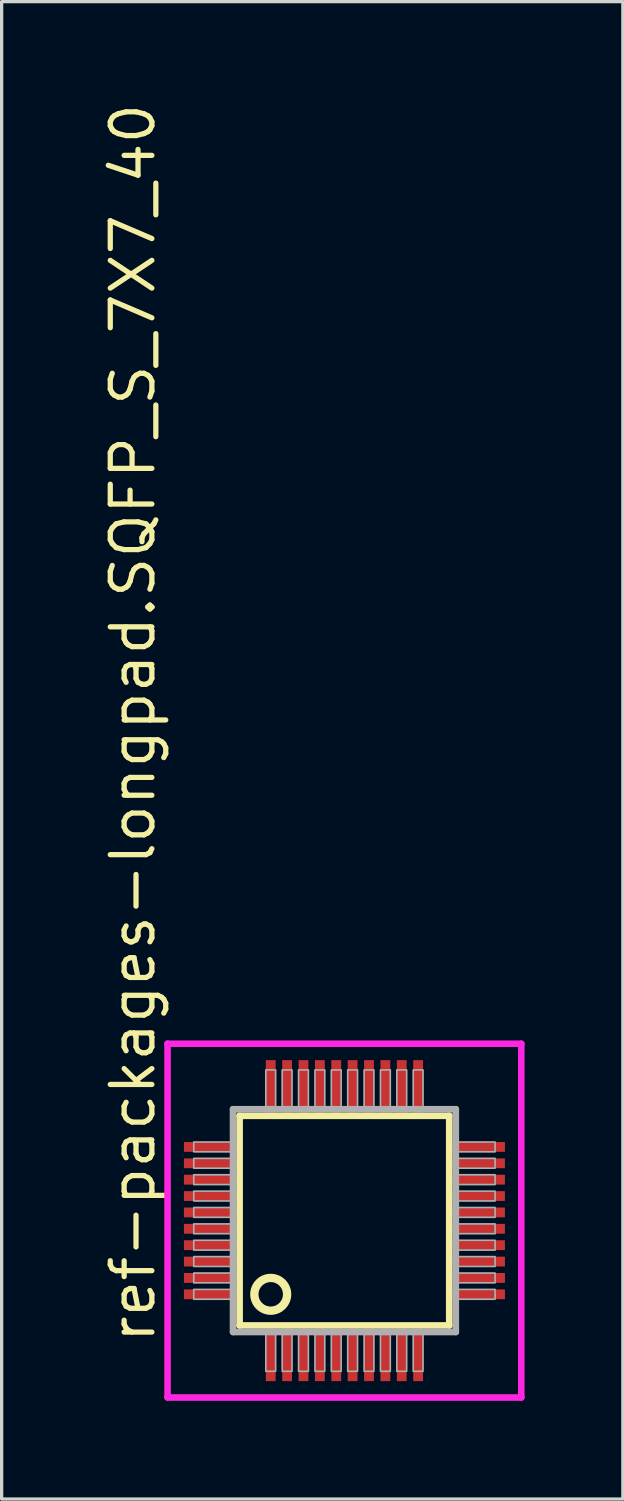
<source format=kicad_pcb>
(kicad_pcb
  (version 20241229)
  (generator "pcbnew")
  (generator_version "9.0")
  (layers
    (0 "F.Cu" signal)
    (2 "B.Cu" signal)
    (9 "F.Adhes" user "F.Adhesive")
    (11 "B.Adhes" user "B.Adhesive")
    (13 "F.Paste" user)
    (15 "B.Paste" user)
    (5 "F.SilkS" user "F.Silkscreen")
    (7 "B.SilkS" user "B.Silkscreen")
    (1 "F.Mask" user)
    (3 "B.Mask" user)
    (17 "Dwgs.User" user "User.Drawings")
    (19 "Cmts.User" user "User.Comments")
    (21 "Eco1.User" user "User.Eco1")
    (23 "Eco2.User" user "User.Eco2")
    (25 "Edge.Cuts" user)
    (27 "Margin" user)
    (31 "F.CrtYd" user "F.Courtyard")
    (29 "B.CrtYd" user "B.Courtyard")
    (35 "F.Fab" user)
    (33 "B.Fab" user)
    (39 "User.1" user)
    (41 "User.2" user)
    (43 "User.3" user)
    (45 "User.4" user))
  (footprint "ref-packages-longpad.SQFP_S_7X7_40"
    (layer "F.Cu")
    (at 7.465 34.214)
    (property "Reference" "ref-packages-longpad.SQFP_S_7X7_40" (at -5.715 3.81 90) (layer "F.SilkS") (effects (font (size 1.27 1.27) (thickness 0.16)) (justify left bottom)))
    (attr smd)
    (fp_line (start -3.2 -3.2) (end 3.2 -3.2) (stroke (width 0.203) (type default)) (layer "F.SilkS"))
    (fp_line (start -3.2 3.2) (end -3.2 -3.2) (stroke (width 0.203) (type default)) (layer "F.SilkS"))
    (fp_line (start 3.2 -3.2) (end 3.2 3.2) (stroke (width 0.203) (type default)) (layer "F.SilkS"))
    (fp_line (start 3.2 3.2) (end -3.2 3.2) (stroke (width 0.203) (type default)) (layer "F.SilkS"))
    (fp_circle (center -2.25 2.25) (end -1.75 2.25) (stroke (width 0.254) (type default)) (fill no) (layer "F.SilkS"))
    (fp_line (start -5.4 -5.4) (end 5.4 -5.4) (stroke (width 0.2) (type default)) (layer "F.CrtYd"))
    (fp_line (start -5.4 5.4) (end -5.4 -5.4) (stroke (width 0.2) (type default)) (layer "F.CrtYd"))
    (fp_line (start 5.4 -5.4) (end 5.4 5.4) (stroke (width 0.2) (type default)) (layer "F.CrtYd"))
    (fp_line (start 5.4 5.4) (end -5.4 5.4) (stroke (width 0.2) (type default)) (layer "F.CrtYd"))
    (fp_line (start -3.4 -3.4) (end -3.4 3.4) (stroke (width 0.203) (type default)) (layer "F.Fab"))
    (fp_line (start -3.4 3.4) (end 3.4 3.4) (stroke (width 0.203) (type default)) (layer "F.Fab"))
    (fp_line (start 3.4 -3.4) (end -3.4 -3.4) (stroke (width 0.203) (type default)) (layer "F.Fab"))
    (fp_line (start 3.4 3.4) (end 3.4 -3.4) (stroke (width 0.203) (type default)) (layer "F.Fab"))
    (fp_rect (start -4.6 -2.1) (end -3.45 -2.4) (stroke (width 0.05) (type default)) (fill no) (layer "F.Fab"))
    (fp_rect (start -4.6 -1.6) (end -3.45 -1.9) (stroke (width 0.05) (type default)) (fill no) (layer "F.Fab"))
    (fp_rect (start -4.6 -1.1) (end -3.45 -1.4) (stroke (width 0.05) (type default)) (fill no) (layer "F.Fab"))
    (fp_rect (start -4.6 -0.6) (end -3.45 -0.9) (stroke (width 0.05) (type default)) (fill no) (layer "F.Fab"))
    (fp_rect (start -4.6 -0.1) (end -3.45 -0.4) (stroke (width 0.05) (type default)) (fill no) (layer "F.Fab"))
    (fp_rect (start -4.6 0.4) (end -3.45 0.1) (stroke (width 0.05) (type default)) (fill no) (layer "F.Fab"))
    (fp_rect (start -4.6 0.9) (end -3.45 0.6) (stroke (width 0.05) (type default)) (fill no) (layer "F.Fab"))
    (fp_rect (start -4.6 1.4) (end -3.45 1.1) (stroke (width 0.05) (type default)) (fill no) (layer "F.Fab"))
    (fp_rect (start -4.6 1.9) (end -3.45 1.6) (stroke (width 0.05) (type default)) (fill no) (layer "F.Fab"))
    (fp_rect (start -4.6 2.4) (end -3.45 2.1) (stroke (width 0.05) (type default)) (fill no) (layer "F.Fab"))
    (fp_rect (start -2.4 -3.45) (end -2.1 -4.6) (stroke (width 0.05) (type default)) (fill no) (layer "F.Fab"))
    (fp_rect (start -2.4 4.6) (end -2.1 3.45) (stroke (width 0.05) (type default)) (fill no) (layer "F.Fab"))
    (fp_rect (start -1.9 -3.45) (end -1.6 -4.6) (stroke (width 0.05) (type default)) (fill no) (layer "F.Fab"))
    (fp_rect (start -1.9 4.6) (end -1.6 3.45) (stroke (width 0.05) (type default)) (fill no) (layer "F.Fab"))
    (fp_rect (start -1.4 -3.45) (end -1.1 -4.6) (stroke (width 0.05) (type default)) (fill no) (layer "F.Fab"))
    (fp_rect (start -1.4 4.6) (end -1.1 3.45) (stroke (width 0.05) (type default)) (fill no) (layer "F.Fab"))
    (fp_rect (start -0.9 -3.45) (end -0.6 -4.6) (stroke (width 0.05) (type default)) (fill no) (layer "F.Fab"))
    (fp_rect (start -0.9 4.6) (end -0.6 3.45) (stroke (width 0.05) (type default)) (fill no) (layer "F.Fab"))
    (fp_rect (start -0.4 -3.45) (end -0.1 -4.6) (stroke (width 0.05) (type default)) (fill no) (layer "F.Fab"))
    (fp_rect (start -0.4 4.6) (end -0.1 3.45) (stroke (width 0.05) (type default)) (fill no) (layer "F.Fab"))
    (fp_rect (start 0.1 -3.45) (end 0.4 -4.6) (stroke (width 0.05) (type default)) (fill no) (layer "F.Fab"))
    (fp_rect (start 0.1 4.6) (end 0.4 3.45) (stroke (width 0.05) (type default)) (fill no) (layer "F.Fab"))
    (fp_rect (start 0.6 -3.45) (end 0.9 -4.6) (stroke (width 0.05) (type default)) (fill no) (layer "F.Fab"))
    (fp_rect (start 0.6 4.6) (end 0.9 3.45) (stroke (width 0.05) (type default)) (fill no) (layer "F.Fab"))
    (fp_rect (start 1.1 -3.45) (end 1.4 -4.6) (stroke (width 0.05) (type default)) (fill no) (layer "F.Fab"))
    (fp_rect (start 1.1 4.6) (end 1.4 3.45) (stroke (width 0.05) (type default)) (fill no) (layer "F.Fab"))
    (fp_rect (start 1.6 -3.45) (end 1.9 -4.6) (stroke (width 0.05) (type default)) (fill no) (layer "F.Fab"))
    (fp_rect (start 1.6 4.6) (end 1.9 3.45) (stroke (width 0.05) (type default)) (fill no) (layer "F.Fab"))
    (fp_rect (start 2.1 -3.45) (end 2.4 -4.6) (stroke (width 0.05) (type default)) (fill no) (layer "F.Fab"))
    (fp_rect (start 2.1 4.6) (end 2.4 3.45) (stroke (width 0.05) (type default)) (fill no) (layer "F.Fab"))
    (fp_rect (start 3.45 -2.1) (end 4.6 -2.4) (stroke (width 0.05) (type default)) (fill no) (layer "F.Fab"))
    (fp_rect (start 3.45 -1.6) (end 4.6 -1.9) (stroke (width 0.05) (type default)) (fill no) (layer "F.Fab"))
    (fp_rect (start 3.45 -1.1) (end 4.6 -1.4) (stroke (width 0.05) (type default)) (fill no) (layer "F.Fab"))
    (fp_rect (start 3.45 -0.6) (end 4.6 -0.9) (stroke (width 0.05) (type default)) (fill no) (layer "F.Fab"))
    (fp_rect (start 3.45 -0.1) (end 4.6 -0.4) (stroke (width 0.05) (type default)) (fill no) (layer "F.Fab"))
    (fp_rect (start 3.45 0.4) (end 4.6 0.1) (stroke (width 0.05) (type default)) (fill no) (layer "F.Fab"))
    (fp_rect (start 3.45 0.9) (end 4.6 0.6) (stroke (width 0.05) (type default)) (fill no) (layer "F.Fab"))
    (fp_rect (start 3.45 1.4) (end 4.6 1.1) (stroke (width 0.05) (type default)) (fill no) (layer "F.Fab"))
    (fp_rect (start 3.45 1.9) (end 4.6 1.6) (stroke (width 0.05) (type default)) (fill no) (layer "F.Fab"))
    (fp_rect (start 3.45 2.4) (end 4.6 2.1) (stroke (width 0.05) (type default)) (fill no) (layer "F.Fab"))
    (pad "1" smd roundrect (at -2.25 4.1) (size 0.3 1.6) (layers "F.Cu" "F.Mask" "F.Paste") (roundrect_rratio 0.01))
    (pad "2" smd roundrect (at -1.75 4.1) (size 0.3 1.6) (layers "F.Cu" "F.Mask" "F.Paste") (roundrect_rratio 0.01))
    (pad "3" smd roundrect (at -1.25 4.1) (size 0.3 1.6) (layers "F.Cu" "F.Mask" "F.Paste") (roundrect_rratio 0.01))
    (pad "4" smd roundrect (at -0.75 4.1) (size 0.3 1.6) (layers "F.Cu" "F.Mask" "F.Paste") (roundrect_rratio 0.01))
    (pad "5" smd roundrect (at -0.25 4.1) (size 0.3 1.6) (layers "F.Cu" "F.Mask" "F.Paste") (roundrect_rratio 0.01))
    (pad "6" smd roundrect (at 0.25 4.1) (size 0.3 1.6) (layers "F.Cu" "F.Mask" "F.Paste") (roundrect_rratio 0.01))
    (pad "7" smd roundrect (at 0.75 4.1) (size 0.3 1.6) (layers "F.Cu" "F.Mask" "F.Paste") (roundrect_rratio 0.01))
    (pad "8" smd roundrect (at 1.25 4.1) (size 0.3 1.6) (layers "F.Cu" "F.Mask" "F.Paste") (roundrect_rratio 0.01))
    (pad "9" smd roundrect (at 1.75 4.1) (size 0.3 1.6) (layers "F.Cu" "F.Mask" "F.Paste") (roundrect_rratio 0.01))
    (pad "10" smd roundrect (at 2.25 4.1) (size 0.3 1.6) (layers "F.Cu" "F.Mask" "F.Paste") (roundrect_rratio 0.01))
    (pad "11" smd roundrect (at 4.1 2.25) (size 1.6 0.3) (layers "F.Cu" "F.Mask" "F.Paste") (roundrect_rratio 0.01))
    (pad "12" smd roundrect (at 4.1 1.75) (size 1.6 0.3) (layers "F.Cu" "F.Mask" "F.Paste") (roundrect_rratio 0.01))
    (pad "13" smd roundrect (at 4.1 1.25) (size 1.6 0.3) (layers "F.Cu" "F.Mask" "F.Paste") (roundrect_rratio 0.01))
    (pad "14" smd roundrect (at 4.1 0.75) (size 1.6 0.3) (layers "F.Cu" "F.Mask" "F.Paste") (roundrect_rratio 0.01))
    (pad "15" smd roundrect (at 4.1 0.25) (size 1.6 0.3) (layers "F.Cu" "F.Mask" "F.Paste") (roundrect_rratio 0.01))
    (pad "16" smd roundrect (at 4.1 -0.25) (size 1.6 0.3) (layers "F.Cu" "F.Mask" "F.Paste") (roundrect_rratio 0.01))
    (pad "17" smd roundrect (at 4.1 -0.75) (size 1.6 0.3) (layers "F.Cu" "F.Mask" "F.Paste") (roundrect_rratio 0.01))
    (pad "18" smd roundrect (at 4.1 -1.25) (size 1.6 0.3) (layers "F.Cu" "F.Mask" "F.Paste") (roundrect_rratio 0.01))
    (pad "19" smd roundrect (at 4.1 -1.75) (size 1.6 0.3) (layers "F.Cu" "F.Mask" "F.Paste") (roundrect_rratio 0.01))
    (pad "20" smd roundrect (at 4.1 -2.25) (size 1.6 0.3) (layers "F.Cu" "F.Mask" "F.Paste") (roundrect_rratio 0.01))
    (pad "21" smd roundrect (at 2.25 -4.1) (size 0.3 1.6) (layers "F.Cu" "F.Mask" "F.Paste") (roundrect_rratio 0.01))
    (pad "22" smd roundrect (at 1.75 -4.1) (size 0.3 1.6) (layers "F.Cu" "F.Mask" "F.Paste") (roundrect_rratio 0.01))
    (pad "23" smd roundrect (at 1.25 -4.1) (size 0.3 1.6) (layers "F.Cu" "F.Mask" "F.Paste") (roundrect_rratio 0.01))
    (pad "24" smd roundrect (at 0.75 -4.1) (size 0.3 1.6) (layers "F.Cu" "F.Mask" "F.Paste") (roundrect_rratio 0.01))
    (pad "25" smd roundrect (at 0.25 -4.1) (size 0.3 1.6) (layers "F.Cu" "F.Mask" "F.Paste") (roundrect_rratio 0.01))
    (pad "26" smd roundrect (at -0.25 -4.1) (size 0.3 1.6) (layers "F.Cu" "F.Mask" "F.Paste") (roundrect_rratio 0.01))
    (pad "27" smd roundrect (at -0.75 -4.1) (size 0.3 1.6) (layers "F.Cu" "F.Mask" "F.Paste") (roundrect_rratio 0.01))
    (pad "28" smd roundrect (at -1.25 -4.1) (size 0.3 1.6) (layers "F.Cu" "F.Mask" "F.Paste") (roundrect_rratio 0.01))
    (pad "29" smd roundrect (at -1.75 -4.1) (size 0.3 1.6) (layers "F.Cu" "F.Mask" "F.Paste") (roundrect_rratio 0.01))
    (pad "30" smd roundrect (at -2.25 -4.1) (size 0.3 1.6) (layers "F.Cu" "F.Mask" "F.Paste") (roundrect_rratio 0.01))
    (pad "31" smd roundrect (at -4.1 -2.25) (size 1.6 0.3) (layers "F.Cu" "F.Mask" "F.Paste") (roundrect_rratio 0.01))
    (pad "32" smd roundrect (at -4.1 -1.75) (size 1.6 0.3) (layers "F.Cu" "F.Mask" "F.Paste") (roundrect_rratio 0.01))
    (pad "33" smd roundrect (at -4.1 -1.25) (size 1.6 0.3) (layers "F.Cu" "F.Mask" "F.Paste") (roundrect_rratio 0.01))
    (pad "34" smd roundrect (at -4.1 -0.75) (size 1.6 0.3) (layers "F.Cu" "F.Mask" "F.Paste") (roundrect_rratio 0.01))
    (pad "35" smd roundrect (at -4.1 -0.25) (size 1.6 0.3) (layers "F.Cu" "F.Mask" "F.Paste") (roundrect_rratio 0.01))
    (pad "36" smd roundrect (at -4.1 0.25) (size 1.6 0.3) (layers "F.Cu" "F.Mask" "F.Paste") (roundrect_rratio 0.01))
    (pad "37" smd roundrect (at -4.1 0.75) (size 1.6 0.3) (layers "F.Cu" "F.Mask" "F.Paste") (roundrect_rratio 0.01))
    (pad "38" smd roundrect (at -4.1 1.25) (size 1.6 0.3) (layers "F.Cu" "F.Mask" "F.Paste") (roundrect_rratio 0.01))
    (pad "39" smd roundrect (at -4.1 1.75) (size 1.6 0.3) (layers "F.Cu" "F.Mask" "F.Paste") (roundrect_rratio 0.01))
    (pad "40" smd roundrect (at -4.1 2.25) (size 1.6 0.3) (layers "F.Cu" "F.Mask" "F.Paste") (roundrect_rratio 0.01)))
  (gr_rect
    (start -3 -3)
    (end 15.965 42.714)
    (stroke (width 0.1) (type default))
    (fill no)
    (layer "Edge.Cuts")))
</source>
